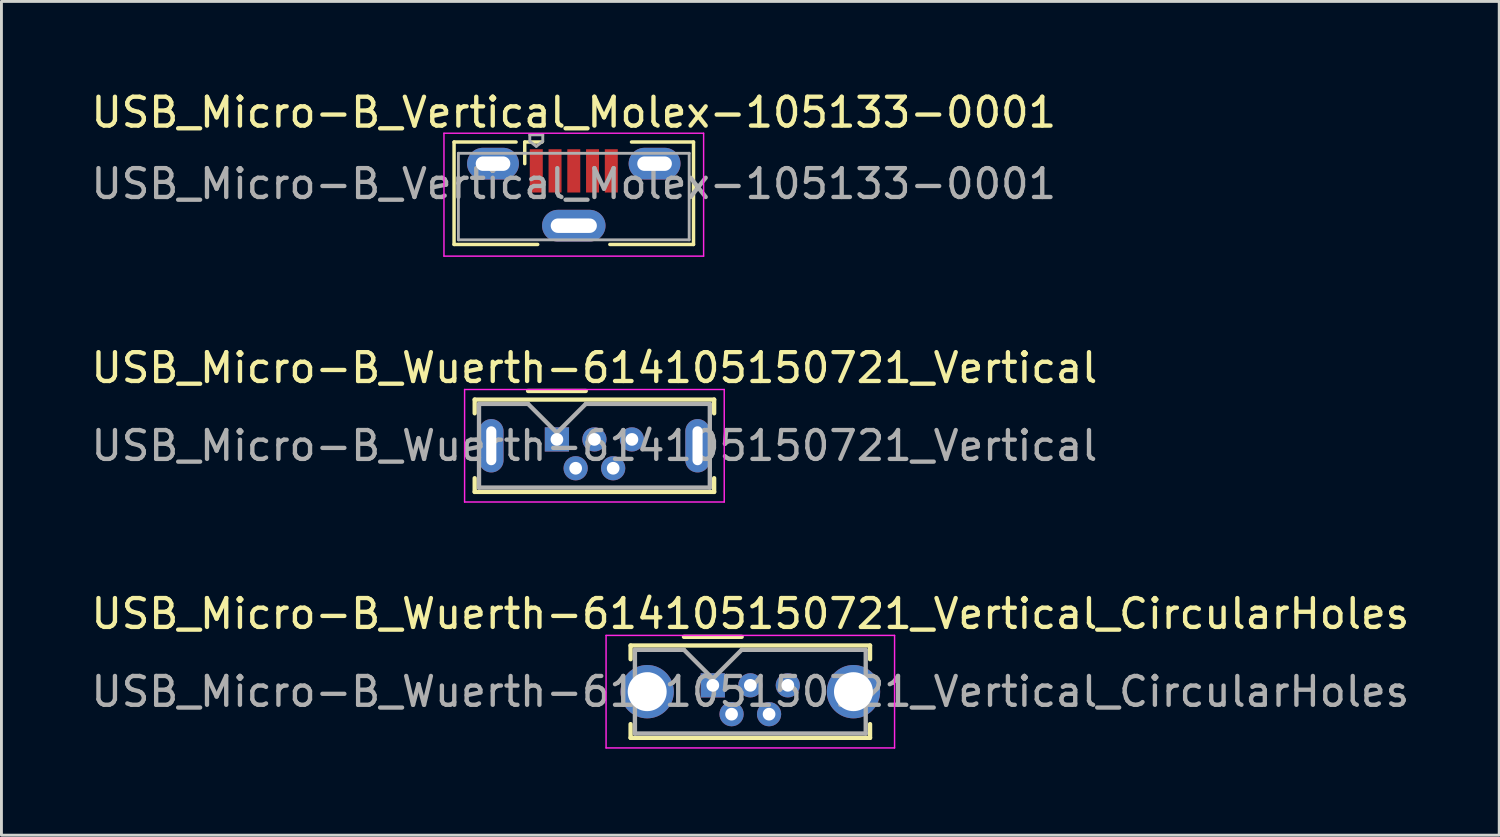
<source format=kicad_pcb>
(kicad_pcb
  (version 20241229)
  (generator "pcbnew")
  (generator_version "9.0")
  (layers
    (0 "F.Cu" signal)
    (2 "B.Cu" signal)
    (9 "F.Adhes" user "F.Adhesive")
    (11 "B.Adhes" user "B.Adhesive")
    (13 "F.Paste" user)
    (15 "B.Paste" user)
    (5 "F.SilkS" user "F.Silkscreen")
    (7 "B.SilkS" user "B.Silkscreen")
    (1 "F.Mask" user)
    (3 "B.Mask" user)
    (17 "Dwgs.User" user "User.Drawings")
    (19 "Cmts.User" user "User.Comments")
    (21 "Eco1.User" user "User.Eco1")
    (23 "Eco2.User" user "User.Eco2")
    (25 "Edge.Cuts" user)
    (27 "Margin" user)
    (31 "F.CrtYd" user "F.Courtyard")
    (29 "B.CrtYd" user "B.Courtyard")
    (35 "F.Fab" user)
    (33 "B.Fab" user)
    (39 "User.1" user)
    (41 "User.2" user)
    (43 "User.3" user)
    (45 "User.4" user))
  (footprint "USB_Micro-B_Wuerth-614105150721_Vertical_CircularHoles"
    (layer "F.Cu")
    (at 21.658 20.705)
    (property "Reference" "USB_Micro-B_Wuerth-614105150721_Vertical_CircularHoles" (at 1.3 -2.48 0) (layer "F.SilkS") (effects (font (size 1 1) (thickness 0.15))))
    (attr through_hole)
    (fp_line (start -2.85 -1.38) (end 5.45 -1.38) (stroke (width 0.15) (type solid)) (layer "F.SilkS"))
    (fp_line (start -2.85 -0.905) (end -2.85 -1.38) (stroke (width 0.15) (type solid)) (layer "F.SilkS"))
    (fp_line (start -2.85 1.345) (end -2.85 1.82) (stroke (width 0.15) (type solid)) (layer "F.SilkS"))
    (fp_line (start -2.85 1.82) (end 5.45 1.82) (stroke (width 0.15) (type solid)) (layer "F.SilkS"))
    (fp_line (start -1 -1.68) (end 1 -1.68) (stroke (width 0.15) (type solid)) (layer "F.SilkS"))
    (fp_line (start 5.45 -1.38) (end 5.45 -0.905) (stroke (width 0.15) (type solid)) (layer "F.SilkS"))
    (fp_line (start 5.45 1.82) (end 5.45 1.345) (stroke (width 0.15) (type solid)) (layer "F.SilkS"))
    (fp_line (start -3.7 -1.73) (end -3.7 2.17) (stroke (width 0.05) (type solid)) (layer "F.CrtYd"))
    (fp_line (start -3.7 2.17) (end 6.3 2.17) (stroke (width 0.05) (type solid)) (layer "F.CrtYd"))
    (fp_line (start 6.3 -1.73) (end -3.7 -1.73) (stroke (width 0.05) (type solid)) (layer "F.CrtYd"))
    (fp_line (start 6.3 2.17) (end 6.3 -1.73) (stroke (width 0.05) (type solid)) (layer "F.CrtYd"))
    (fp_line (start -2.7 -1.23) (end -1 -1.23) (stroke (width 0.15) (type solid)) (layer "F.Fab"))
    (fp_line (start -2.7 1.67) (end -2.7 -1.23) (stroke (width 0.15) (type solid)) (layer "F.Fab"))
    (fp_line (start -1 -1.23) (end 0 -0.23) (stroke (width 0.15) (type solid)) (layer "F.Fab"))
    (fp_line (start 0 -0.23) (end 1 -1.23) (stroke (width 0.15) (type solid)) (layer "F.Fab"))
    (fp_line (start 1 -1.23) (end 5.3 -1.23) (stroke (width 0.15) (type solid)) (layer "F.Fab"))
    (fp_line (start 5.3 -1.23) (end 5.3 1.67) (stroke (width 0.15) (type solid)) (layer "F.Fab"))
    (fp_line (start 5.3 1.67) (end -2.7 1.67) (stroke (width 0.15) (type solid)) (layer "F.Fab"))
    (fp_text user "${REFERENCE}" (at 1.3 0.22 0) (layer "F.Fab") (effects (font (size 1 1) (thickness 0.15))))
    (pad "1" thru_hole rect (at 0 0) (size 0.84 0.84) (drill 0.44) (layers "*.Cu" "*.Mask"))
    (pad "2" thru_hole circle (at 0.65 1) (size 0.84 0.84) (drill 0.44) (layers "*.Cu" "*.Mask"))
    (pad "3" thru_hole circle (at 1.3 0) (size 0.84 0.84) (drill 0.44) (layers "*.Cu" "*.Mask"))
    (pad "4" thru_hole circle (at 1.95 1) (size 0.84 0.84) (drill 0.44) (layers "*.Cu" "*.Mask"))
    (pad "5" thru_hole circle (at 2.6 0) (size 0.84 0.84) (drill 0.44) (layers "*.Cu" "*.Mask"))
    (pad "6" thru_hole circle (at -2.275 0.22) (size 1.85 1.85) (drill 1.35) (layers "*.Cu" "*.Mask"))
    (pad "6" thru_hole circle (at 4.875 0.22) (size 1.85 1.85) (drill 1.35) (layers "*.Cu" "*.Mask")))
  (footprint "USB_Micro-B_Vertical_Molex-105133-0001"
    (layer "F.Cu")
    (at 16.839 3.698)
    (property "Reference" "USB_Micro-B_Vertical_Molex-105133-0001" (at 0 -2.85 0) (layer "F.SilkS") (effects (font (size 1 1) (thickness 0.15))))
    (attr smd)
    (fp_line (start -4.15 -1.825) (end -4.15 1.725) (stroke (width 0.12) (type solid)) (layer "F.SilkS"))
    (fp_line (start -4.15 1.725) (end -1.25 1.725) (stroke (width 0.12) (type solid)) (layer "F.SilkS"))
    (fp_line (start -2 -1.825) (end -4.15 -1.825) (stroke (width 0.12) (type solid)) (layer "F.SilkS"))
    (fp_line (start -1.7 -1.825) (end -1.1 -1.825) (stroke (width 0.12) (type solid)) (layer "F.SilkS"))
    (fp_line (start -1.7 -1.075) (end -1.7 -1.825) (stroke (width 0.12) (type solid)) (layer "F.SilkS"))
    (fp_line (start 2 -1.825) (end 4.15 -1.825) (stroke (width 0.12) (type solid)) (layer "F.SilkS"))
    (fp_line (start 4.15 -1.825) (end 4.15 1.725) (stroke (width 0.12) (type solid)) (layer "F.SilkS"))
    (fp_line (start 4.15 1.725) (end 1.25 1.725) (stroke (width 0.12) (type solid)) (layer "F.SilkS"))
    (fp_line (start -4.5 -2.13) (end 4.5 -2.13) (stroke (width 0.05) (type solid)) (layer "F.CrtYd"))
    (fp_line (start -4.5 2.13) (end -4.5 -2.13) (stroke (width 0.05) (type solid)) (layer "F.CrtYd"))
    (fp_line (start -4.5 2.13) (end 4.5 2.13) (stroke (width 0.05) (type solid)) (layer "F.CrtYd"))
    (fp_line (start 4.5 2.13) (end 4.5 -2.13) (stroke (width 0.05) (type solid)) (layer "F.CrtYd"))
    (fp_line (start -4 1.565) (end -4 -1.435) (stroke (width 0.1) (type solid)) (layer "F.Fab"))
    (fp_line (start -4 1.565) (end 4 1.565) (stroke (width 0.1) (type solid)) (layer "F.Fab"))
    (fp_line (start -1.525 -2.075) (end -1.075 -2.075) (stroke (width 0.1) (type solid)) (layer "F.Fab"))
    (fp_line (start -1.525 -1.85) (end -1.525 -2.075) (stroke (width 0.1) (type solid)) (layer "F.Fab"))
    (fp_line (start -1.3 -1.675) (end -1.525 -1.85) (stroke (width 0.1) (type solid)) (layer "F.Fab"))
    (fp_line (start -1.3 -1.675) (end -1.075 -1.85) (stroke (width 0.1) (type solid)) (layer "F.Fab"))
    (fp_line (start -1.075 -2.075) (end -1.075 -1.85) (stroke (width 0.1) (type solid)) (layer "F.Fab"))
    (fp_line (start 4 -1.435) (end -4 -1.435) (stroke (width 0.1) (type solid)) (layer "F.Fab"))
    (fp_line (start 4 1.565) (end 4 -1.435) (stroke (width 0.1) (type solid)) (layer "F.Fab"))
    (fp_text user "${REFERENCE}" (at 0 -0.375 0) (layer "F.Fab") (effects (font (size 1 1) (thickness 0.15))))
    (pad "1" smd rect (at -1.3 -0.825) (size 0.45 1.5) (layers "F.Cu" "F.Mask" "F.Paste"))
    (pad "2" smd rect (at -0.65 -0.825) (size 0.45 1.5) (layers "F.Cu" "F.Mask" "F.Paste"))
    (pad "3" smd rect (at 0 -0.825) (size 0.45 1.5) (layers "F.Cu" "F.Mask" "F.Paste"))
    (pad "4" smd rect (at 0.65 -0.825) (size 0.45 1.5) (layers "F.Cu" "F.Mask" "F.Paste"))
    (pad "5" smd rect (at 1.3 -0.825) (size 0.45 1.5) (layers "F.Cu" "F.Mask" "F.Paste"))
    (pad "6" thru_hole oval (at -2.8 -1.075) (size 1.8 1.1) (drill oval 1.2 0.5) (layers "*.Cu" "*.Mask"))
    (pad "6" thru_hole oval (at 0 1.075) (size 2.2 1.1) (drill oval 1.6 0.5) (layers "*.Cu" "*.Mask"))
    (pad "6" thru_hole oval (at 2.8 -1.075) (size 1.8 1.1) (drill oval 1.2 0.5) (layers "*.Cu" "*.Mask")))
  (footprint "USB_Micro-B_Wuerth-614105150721_Vertical"
    (layer "F.Cu")
    (at 16.254 12.181)
    (property "Reference" "USB_Micro-B_Wuerth-614105150721_Vertical" (at 1.3 -2.48 0) (layer "F.SilkS") (effects (font (size 1 1) (thickness 0.15))))
    (attr through_hole)
    (fp_line (start -2.85 -1.38) (end 5.45 -1.38) (stroke (width 0.15) (type solid)) (layer "F.SilkS"))
    (fp_line (start -2.85 -0.905) (end -2.85 -1.38) (stroke (width 0.15) (type solid)) (layer "F.SilkS"))
    (fp_line (start -2.85 1.345) (end -2.85 1.82) (stroke (width 0.15) (type solid)) (layer "F.SilkS"))
    (fp_line (start -2.85 1.82) (end 5.45 1.82) (stroke (width 0.15) (type solid)) (layer "F.SilkS"))
    (fp_line (start -1 -1.68) (end 1 -1.68) (stroke (width 0.15) (type solid)) (layer "F.SilkS"))
    (fp_line (start 5.45 -1.38) (end 5.45 -0.905) (stroke (width 0.15) (type solid)) (layer "F.SilkS"))
    (fp_line (start 5.45 1.82) (end 5.45 1.345) (stroke (width 0.15) (type solid)) (layer "F.SilkS"))
    (fp_line (start -3.2 -1.73) (end -3.2 2.17) (stroke (width 0.05) (type solid)) (layer "F.CrtYd"))
    (fp_line (start -3.2 2.17) (end 5.8 2.17) (stroke (width 0.05) (type solid)) (layer "F.CrtYd"))
    (fp_line (start 5.8 -1.73) (end -3.2 -1.73) (stroke (width 0.05) (type solid)) (layer "F.CrtYd"))
    (fp_line (start 5.8 2.17) (end 5.8 -1.73) (stroke (width 0.05) (type solid)) (layer "F.CrtYd"))
    (fp_line (start -2.7 -1.23) (end -1 -1.23) (stroke (width 0.15) (type solid)) (layer "F.Fab"))
    (fp_line (start -2.7 1.67) (end -2.7 -1.23) (stroke (width 0.15) (type solid)) (layer "F.Fab"))
    (fp_line (start -1 -1.23) (end 0 -0.23) (stroke (width 0.15) (type solid)) (layer "F.Fab"))
    (fp_line (start 0 -0.23) (end 1 -1.23) (stroke (width 0.15) (type solid)) (layer "F.Fab"))
    (fp_line (start 1 -1.23) (end 5.3 -1.23) (stroke (width 0.15) (type solid)) (layer "F.Fab"))
    (fp_line (start 5.3 -1.23) (end 5.3 1.67) (stroke (width 0.15) (type solid)) (layer "F.Fab"))
    (fp_line (start 5.3 1.67) (end -2.7 1.67) (stroke (width 0.15) (type solid)) (layer "F.Fab"))
    (fp_text user "${REFERENCE}" (at 1.3 0.22 0) (layer "F.Fab") (effects (font (size 1 1) (thickness 0.15))))
    (pad "1" thru_hole rect (at 0 0) (size 0.84 0.84) (drill 0.44) (layers "*.Cu" "*.Mask"))
    (pad "2" thru_hole circle (at 0.65 1) (size 0.84 0.84) (drill 0.44) (layers "*.Cu" "*.Mask"))
    (pad "3" thru_hole circle (at 1.3 0) (size 0.84 0.84) (drill 0.44) (layers "*.Cu" "*.Mask"))
    (pad "4" thru_hole circle (at 1.95 1) (size 0.84 0.84) (drill 0.44) (layers "*.Cu" "*.Mask"))
    (pad "5" thru_hole circle (at 2.6 0) (size 0.84 0.84) (drill 0.44) (layers "*.Cu" "*.Mask"))
    (pad "6" thru_hole oval (at -2.275 0.22) (size 0.85 1.85) (drill oval 0.35 1.35) (layers "*.Cu" "*.Mask"))
    (pad "6" thru_hole oval (at 4.875 0.22) (size 0.85 1.85) (drill oval 0.35 1.35) (layers "*.Cu" "*.Mask")))
  (gr_rect
    (start -3 -3)
    (end 48.917 25.9)
    (stroke (width 0.1) (type default))
    (fill no)
    (layer "Edge.Cuts")))
</source>
